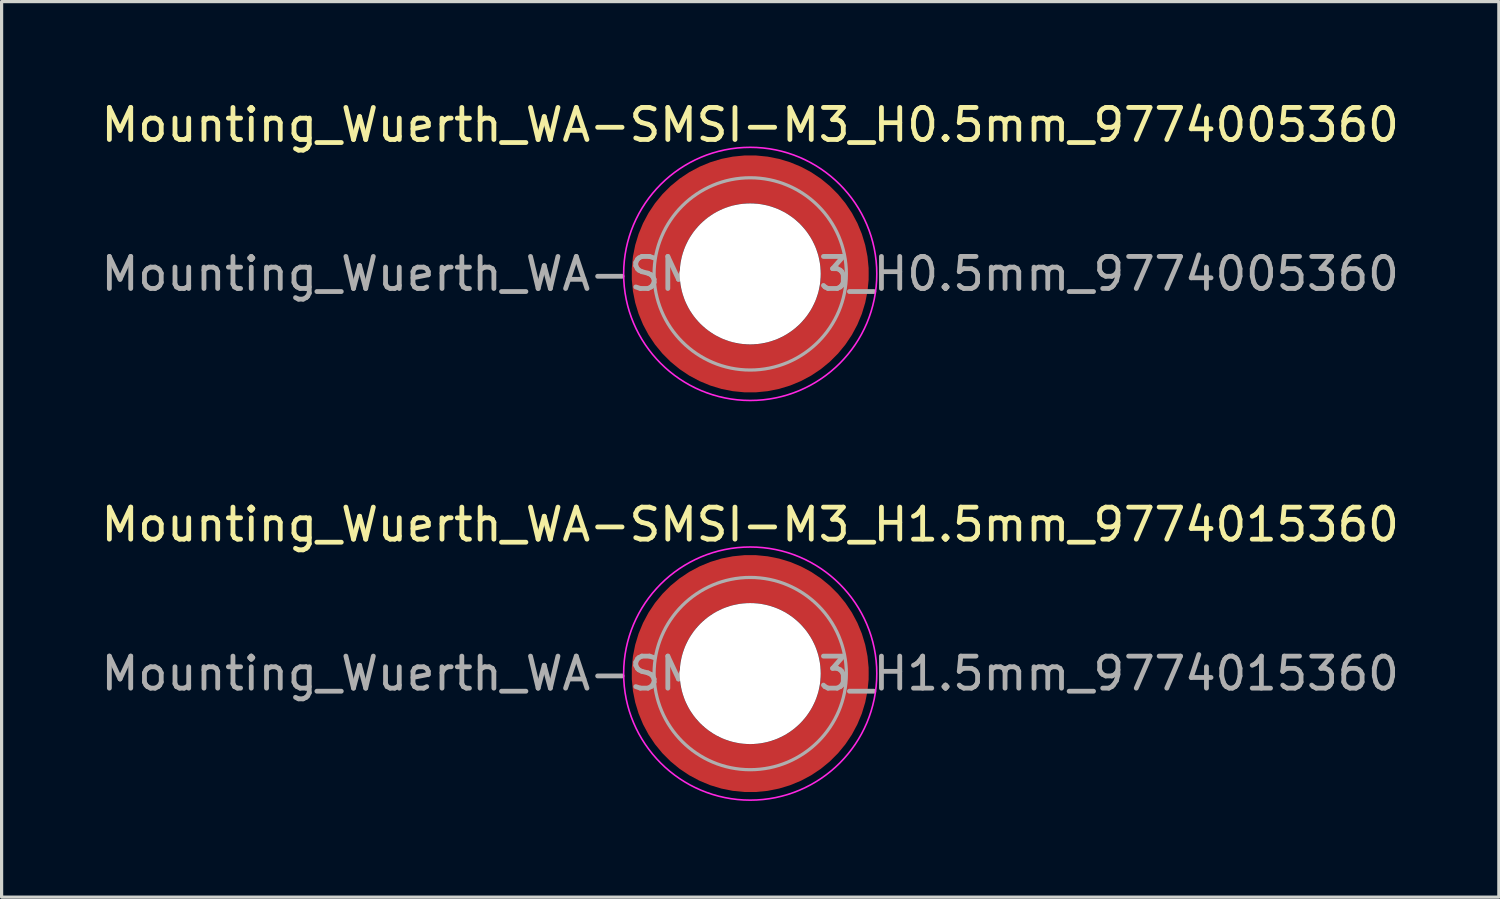
<source format=kicad_pcb>
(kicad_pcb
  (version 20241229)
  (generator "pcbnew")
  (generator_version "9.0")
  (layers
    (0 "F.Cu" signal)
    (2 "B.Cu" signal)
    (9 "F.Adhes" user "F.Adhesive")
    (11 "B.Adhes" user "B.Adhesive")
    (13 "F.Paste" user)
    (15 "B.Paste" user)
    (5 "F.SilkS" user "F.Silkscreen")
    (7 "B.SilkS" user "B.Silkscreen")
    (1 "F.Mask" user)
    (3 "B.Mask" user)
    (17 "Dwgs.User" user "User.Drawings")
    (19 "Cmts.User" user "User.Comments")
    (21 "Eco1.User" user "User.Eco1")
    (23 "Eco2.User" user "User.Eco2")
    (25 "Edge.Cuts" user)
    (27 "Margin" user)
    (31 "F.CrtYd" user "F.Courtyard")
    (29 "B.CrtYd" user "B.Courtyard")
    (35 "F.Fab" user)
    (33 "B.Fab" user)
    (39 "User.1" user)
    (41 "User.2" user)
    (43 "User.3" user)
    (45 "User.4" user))
  (footprint "Mounting_Wuerth_WA-SMSI-M3_H0.5mm_9774005360"
    (layer "F.Cu")
    (at 20.363 5.498)
    (property "Reference" "Mounting_Wuerth_WA-SMSI-M3_H0.5mm_9774005360" (at 0 -4.65 0) (layer "F.SilkS") (effects (font (size 1 1) (thickness 0.15))))
    (attr smd allow_soldermask_bridges)
    (fp_circle (center 0 0) (end 3.95 0) (stroke (width 0.05) (type solid)) (fill no) (layer "F.CrtYd"))
    (fp_circle (center 0 0) (end 3 0) (stroke (width 0.1) (type solid)) (fill no) (layer "F.Fab"))
    (fp_text user "${REFERENCE}" (at 0 0 0) (layer "F.Fab") (effects (font (size 1 1) (thickness 0.15))))
    (pad "" smd custom (at -2.058 -2.058) (size 0.55 0.55) (layers "F.Paste") (options (anchor circle)) (primitives (gr_arc (start -0.377294 1.707681) (mid 0.318198 0.318198) (end 1.707681 -0.377294) (width 0.2)) (gr_arc (start -0.478281 1.707681) (mid 0.247487 0.247487) (end 1.707681 -0.478281) (width 0.2)) (gr_arc (start -0.579192 1.707681) (mid 0.176777 0.176777) (end 1.707681 -0.579192) (width 0.2)) (gr_arc (start -0.680037 1.707681) (mid 0.106066 0.106066) (end 1.707681 -0.680037) (width 0.2)) (gr_arc (start -0.780822 1.707681) (mid 0.035355 0.035355) (end 1.707681 -0.780822) (width 0.2)) (gr_arc (start -0.881554 1.707681) (mid -0.035355 -0.035355) (end 1.707681 -0.881554) (width 0.2)) (gr_arc (start -0.982237 1.707681) (mid -0.106066 -0.106066) (end 1.707681 -0.982237) (width 0.2)) (gr_arc (start -1.082877 1.707681) (mid -0.176777 -0.176777) (end 1.707681 -1.082877) (width 0.2)) (gr_arc (start -1.183476 1.707681) (mid -0.247487 -0.247487) (end 1.707681 -1.183476) (width 0.2)) (gr_arc (start -1.28404 1.707681) (mid -0.318198 -0.318198) (end 1.707681 -1.28404) (width 0.2)) (gr_line (start 1.708 -0.377) (end 1.708 -1.284) (width 0.2)) (gr_line (start -0.377 1.708) (end -1.284 1.708) (width 0.2))))
    (pad "" smd custom (at -2.058 2.058) (size 0.55 0.55) (layers "F.Paste") (options (anchor circle)) (primitives (gr_arc (start 1.707681 0.377294) (mid 0.318198 -0.318198) (end -0.377294 -1.707681) (width 0.2)) (gr_arc (start 1.707681 0.478281) (mid 0.247487 -0.247487) (end -0.478281 -1.707681) (width 0.2)) (gr_arc (start 1.707681 0.579192) (mid 0.176777 -0.176777) (end -0.579192 -1.707681) (width 0.2)) (gr_arc (start 1.707681 0.680037) (mid 0.106066 -0.106066) (end -0.680037 -1.707681) (width 0.2)) (gr_arc (start 1.707681 0.780822) (mid 0.035355 -0.035355) (end -0.780822 -1.707681) (width 0.2)) (gr_arc (start 1.707681 0.881554) (mid -0.035355 0.035355) (end -0.881554 -1.707681) (width 0.2)) (gr_arc (start 1.707681 0.982237) (mid -0.106066 0.106066) (end -0.982237 -1.707681) (width 0.2)) (gr_arc (start 1.707681 1.082877) (mid -0.176777 0.176777) (end -1.082877 -1.707681) (width 0.2)) (gr_arc (start 1.707681 1.183476) (mid -0.247487 0.247487) (end -1.183476 -1.707681) (width 0.2)) (gr_arc (start 1.707681 1.28404) (mid -0.318198 0.318198) (end -1.28404 -1.707681) (width 0.2)) (gr_line (start -0.377 -1.708) (end -1.284 -1.708) (width 0.2)) (gr_line (start 1.708 0.377) (end 1.708 1.284) (width 0.2))))
    (pad "" np_thru_hole circle (at 0 0) (size 4.4 4.4) (drill 4.4) (layers "*.Cu" "*.Mask"))
    (pad "" smd custom (at 2.058 -2.058) (size 0.55 0.55) (layers "F.Paste") (options (anchor circle)) (primitives (gr_arc (start -1.707681 -0.377294) (mid -0.318198 0.318198) (end 0.377294 1.707681) (width 0.2)) (gr_arc (start -1.707681 -0.478281) (mid -0.247487 0.247487) (end 0.478281 1.707681) (width 0.2)) (gr_arc (start -1.707681 -0.579192) (mid -0.176777 0.176777) (end 0.579192 1.707681) (width 0.2)) (gr_arc (start -1.707681 -0.680037) (mid -0.106066 0.106066) (end 0.680037 1.707681) (width 0.2)) (gr_arc (start -1.707681 -0.780822) (mid -0.035355 0.035355) (end 0.780822 1.707681) (width 0.2)) (gr_arc (start -1.707681 -0.881554) (mid 0.035355 -0.035355) (end 0.881554 1.707681) (width 0.2)) (gr_arc (start -1.707681 -0.982237) (mid 0.106066 -0.106066) (end 0.982237 1.707681) (width 0.2)) (gr_arc (start -1.707681 -1.082877) (mid 0.176777 -0.176777) (end 1.082877 1.707681) (width 0.2)) (gr_arc (start -1.707681 -1.183476) (mid 0.247487 -0.247487) (end 1.183476 1.707681) (width 0.2)) (gr_arc (start -1.707681 -1.28404) (mid 0.318198 -0.318198) (end 1.28404 1.707681) (width 0.2)) (gr_line (start 0.377 1.708) (end 1.284 1.708) (width 0.2)) (gr_line (start -1.708 -0.377) (end -1.708 -1.284) (width 0.2))))
    (pad "" smd custom (at 2.058 2.058) (size 0.55 0.55) (layers "F.Paste") (options (anchor circle)) (primitives (gr_arc (start 0.377294 -1.707681) (mid -0.318198 -0.318198) (end -1.707681 0.377294) (width 0.2)) (gr_arc (start 0.478281 -1.707681) (mid -0.247487 -0.247487) (end -1.707681 0.478281) (width 0.2)) (gr_arc (start 0.579192 -1.707681) (mid -0.176777 -0.176777) (end -1.707681 0.579192) (width 0.2)) (gr_arc (start 0.680037 -1.707681) (mid -0.106066 -0.106066) (end -1.707681 0.680037) (width 0.2)) (gr_arc (start 0.780822 -1.707681) (mid -0.035355 -0.035355) (end -1.707681 0.780822) (width 0.2)) (gr_arc (start 0.881554 -1.707681) (mid 0.035355 0.035355) (end -1.707681 0.881554) (width 0.2)) (gr_arc (start 0.982237 -1.707681) (mid 0.106066 0.106066) (end -1.707681 0.982237) (width 0.2)) (gr_arc (start 1.082877 -1.707681) (mid 0.176777 0.176777) (end -1.707681 1.082877) (width 0.2)) (gr_arc (start 1.183476 -1.707681) (mid 0.247487 0.247487) (end -1.707681 1.183476) (width 0.2)) (gr_arc (start 1.28404 -1.707681) (mid 0.318198 0.318198) (end -1.707681 1.28404) (width 0.2)) (gr_line (start -1.708 0.377) (end -1.708 1.284) (width 0.2)) (gr_line (start 0.377 -1.708) (end 1.284 -1.708) (width 0.2))))
    (pad "1" smd circle (at -2.95 0) (size 0.992 0.992) (layers "F.Cu"))
    (pad "1" smd circle (at 0 -2.95) (size 0.992 0.992) (layers "F.Cu"))
    (pad "1" smd circle (at 0 2.95) (size 0.992 0.992) (layers "F.Cu"))
    (pad "1" smd custom (at 2.95 0) (size 1.5 1.5) (layers "F.Cu" "F.Mask") (options (anchor circle)) (primitives (gr_circle (center -2.95 0) (end 0 0) (width 1.5) (fill no)))))
  (footprint "Mounting_Wuerth_WA-SMSI-M3_H1.5mm_9774015360"
    (layer "F.Cu")
    (at 20.363 17.971)
    (property "Reference" "Mounting_Wuerth_WA-SMSI-M3_H1.5mm_9774015360" (at 0 -4.65 0) (layer "F.SilkS") (effects (font (size 1 1) (thickness 0.15))))
    (attr smd allow_soldermask_bridges)
    (fp_circle (center 0 0) (end 3.95 0) (stroke (width 0.05) (type solid)) (fill no) (layer "F.CrtYd"))
    (fp_circle (center 0 0) (end 3 0) (stroke (width 0.1) (type solid)) (fill no) (layer "F.Fab"))
    (fp_text user "${REFERENCE}" (at 0 0 0) (layer "F.Fab") (effects (font (size 1 1) (thickness 0.15))))
    (pad "" smd custom (at -2.058 -2.058) (size 0.55 0.55) (layers "F.Paste") (options (anchor circle)) (primitives (gr_arc (start -0.377294 1.707681) (mid 0.318198 0.318198) (end 1.707681 -0.377294) (width 0.2)) (gr_arc (start -0.478281 1.707681) (mid 0.247487 0.247487) (end 1.707681 -0.478281) (width 0.2)) (gr_arc (start -0.579192 1.707681) (mid 0.176777 0.176777) (end 1.707681 -0.579192) (width 0.2)) (gr_arc (start -0.680037 1.707681) (mid 0.106066 0.106066) (end 1.707681 -0.680037) (width 0.2)) (gr_arc (start -0.780822 1.707681) (mid 0.035355 0.035355) (end 1.707681 -0.780822) (width 0.2)) (gr_arc (start -0.881554 1.707681) (mid -0.035355 -0.035355) (end 1.707681 -0.881554) (width 0.2)) (gr_arc (start -0.982237 1.707681) (mid -0.106066 -0.106066) (end 1.707681 -0.982237) (width 0.2)) (gr_arc (start -1.082877 1.707681) (mid -0.176777 -0.176777) (end 1.707681 -1.082877) (width 0.2)) (gr_arc (start -1.183476 1.707681) (mid -0.247487 -0.247487) (end 1.707681 -1.183476) (width 0.2)) (gr_arc (start -1.28404 1.707681) (mid -0.318198 -0.318198) (end 1.707681 -1.28404) (width 0.2)) (gr_line (start 1.708 -0.377) (end 1.708 -1.284) (width 0.2)) (gr_line (start -0.377 1.708) (end -1.284 1.708) (width 0.2))))
    (pad "" smd custom (at -2.058 2.058) (size 0.55 0.55) (layers "F.Paste") (options (anchor circle)) (primitives (gr_arc (start 1.707681 0.377294) (mid 0.318198 -0.318198) (end -0.377294 -1.707681) (width 0.2)) (gr_arc (start 1.707681 0.478281) (mid 0.247487 -0.247487) (end -0.478281 -1.707681) (width 0.2)) (gr_arc (start 1.707681 0.579192) (mid 0.176777 -0.176777) (end -0.579192 -1.707681) (width 0.2)) (gr_arc (start 1.707681 0.680037) (mid 0.106066 -0.106066) (end -0.680037 -1.707681) (width 0.2)) (gr_arc (start 1.707681 0.780822) (mid 0.035355 -0.035355) (end -0.780822 -1.707681) (width 0.2)) (gr_arc (start 1.707681 0.881554) (mid -0.035355 0.035355) (end -0.881554 -1.707681) (width 0.2)) (gr_arc (start 1.707681 0.982237) (mid -0.106066 0.106066) (end -0.982237 -1.707681) (width 0.2)) (gr_arc (start 1.707681 1.082877) (mid -0.176777 0.176777) (end -1.082877 -1.707681) (width 0.2)) (gr_arc (start 1.707681 1.183476) (mid -0.247487 0.247487) (end -1.183476 -1.707681) (width 0.2)) (gr_arc (start 1.707681 1.28404) (mid -0.318198 0.318198) (end -1.28404 -1.707681) (width 0.2)) (gr_line (start -0.377 -1.708) (end -1.284 -1.708) (width 0.2)) (gr_line (start 1.708 0.377) (end 1.708 1.284) (width 0.2))))
    (pad "" np_thru_hole circle (at 0 0) (size 4.4 4.4) (drill 4.4) (layers "*.Cu" "*.Mask"))
    (pad "" smd custom (at 2.058 -2.058) (size 0.55 0.55) (layers "F.Paste") (options (anchor circle)) (primitives (gr_arc (start -1.707681 -0.377294) (mid -0.318198 0.318198) (end 0.377294 1.707681) (width 0.2)) (gr_arc (start -1.707681 -0.478281) (mid -0.247487 0.247487) (end 0.478281 1.707681) (width 0.2)) (gr_arc (start -1.707681 -0.579192) (mid -0.176777 0.176777) (end 0.579192 1.707681) (width 0.2)) (gr_arc (start -1.707681 -0.680037) (mid -0.106066 0.106066) (end 0.680037 1.707681) (width 0.2)) (gr_arc (start -1.707681 -0.780822) (mid -0.035355 0.035355) (end 0.780822 1.707681) (width 0.2)) (gr_arc (start -1.707681 -0.881554) (mid 0.035355 -0.035355) (end 0.881554 1.707681) (width 0.2)) (gr_arc (start -1.707681 -0.982237) (mid 0.106066 -0.106066) (end 0.982237 1.707681) (width 0.2)) (gr_arc (start -1.707681 -1.082877) (mid 0.176777 -0.176777) (end 1.082877 1.707681) (width 0.2)) (gr_arc (start -1.707681 -1.183476) (mid 0.247487 -0.247487) (end 1.183476 1.707681) (width 0.2)) (gr_arc (start -1.707681 -1.28404) (mid 0.318198 -0.318198) (end 1.28404 1.707681) (width 0.2)) (gr_line (start 0.377 1.708) (end 1.284 1.708) (width 0.2)) (gr_line (start -1.708 -0.377) (end -1.708 -1.284) (width 0.2))))
    (pad "" smd custom (at 2.058 2.058) (size 0.55 0.55) (layers "F.Paste") (options (anchor circle)) (primitives (gr_arc (start 0.377294 -1.707681) (mid -0.318198 -0.318198) (end -1.707681 0.377294) (width 0.2)) (gr_arc (start 0.478281 -1.707681) (mid -0.247487 -0.247487) (end -1.707681 0.478281) (width 0.2)) (gr_arc (start 0.579192 -1.707681) (mid -0.176777 -0.176777) (end -1.707681 0.579192) (width 0.2)) (gr_arc (start 0.680037 -1.707681) (mid -0.106066 -0.106066) (end -1.707681 0.680037) (width 0.2)) (gr_arc (start 0.780822 -1.707681) (mid -0.035355 -0.035355) (end -1.707681 0.780822) (width 0.2)) (gr_arc (start 0.881554 -1.707681) (mid 0.035355 0.035355) (end -1.707681 0.881554) (width 0.2)) (gr_arc (start 0.982237 -1.707681) (mid 0.106066 0.106066) (end -1.707681 0.982237) (width 0.2)) (gr_arc (start 1.082877 -1.707681) (mid 0.176777 0.176777) (end -1.707681 1.082877) (width 0.2)) (gr_arc (start 1.183476 -1.707681) (mid 0.247487 0.247487) (end -1.707681 1.183476) (width 0.2)) (gr_arc (start 1.28404 -1.707681) (mid 0.318198 0.318198) (end -1.707681 1.28404) (width 0.2)) (gr_line (start -1.708 0.377) (end -1.708 1.284) (width 0.2)) (gr_line (start 0.377 -1.708) (end 1.284 -1.708) (width 0.2))))
    (pad "1" smd circle (at -2.95 0) (size 0.992 0.992) (layers "F.Cu"))
    (pad "1" smd circle (at 0 -2.95) (size 0.992 0.992) (layers "F.Cu"))
    (pad "1" smd circle (at 0 2.95) (size 0.992 0.992) (layers "F.Cu"))
    (pad "1" smd custom (at 2.95 0) (size 1.5 1.5) (layers "F.Cu" "F.Mask") (options (anchor circle)) (primitives (gr_circle (center -2.95 0) (end 0 0) (width 1.5) (fill no)))))
  (gr_rect
    (start -3 -3)
    (end 43.726 24.947)
    (stroke (width 0.1) (type default))
    (fill no)
    (layer "Edge.Cuts")))
</source>
